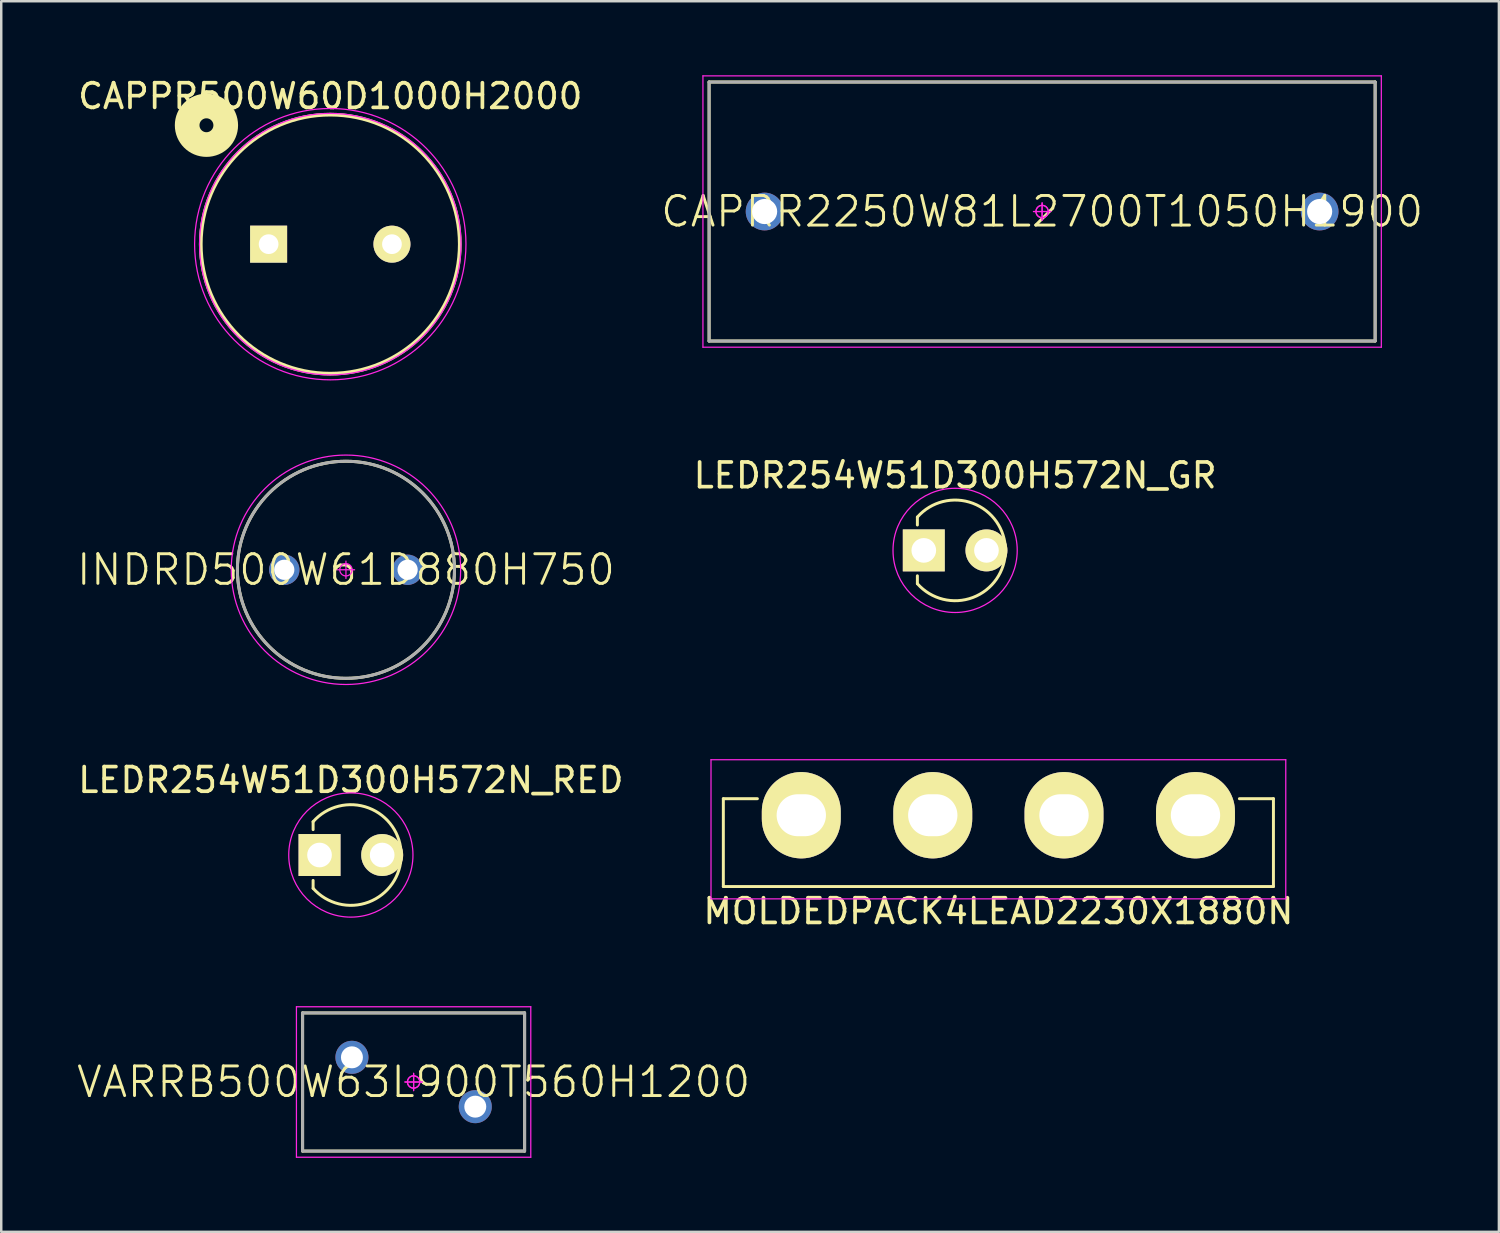
<source format=kicad_pcb>
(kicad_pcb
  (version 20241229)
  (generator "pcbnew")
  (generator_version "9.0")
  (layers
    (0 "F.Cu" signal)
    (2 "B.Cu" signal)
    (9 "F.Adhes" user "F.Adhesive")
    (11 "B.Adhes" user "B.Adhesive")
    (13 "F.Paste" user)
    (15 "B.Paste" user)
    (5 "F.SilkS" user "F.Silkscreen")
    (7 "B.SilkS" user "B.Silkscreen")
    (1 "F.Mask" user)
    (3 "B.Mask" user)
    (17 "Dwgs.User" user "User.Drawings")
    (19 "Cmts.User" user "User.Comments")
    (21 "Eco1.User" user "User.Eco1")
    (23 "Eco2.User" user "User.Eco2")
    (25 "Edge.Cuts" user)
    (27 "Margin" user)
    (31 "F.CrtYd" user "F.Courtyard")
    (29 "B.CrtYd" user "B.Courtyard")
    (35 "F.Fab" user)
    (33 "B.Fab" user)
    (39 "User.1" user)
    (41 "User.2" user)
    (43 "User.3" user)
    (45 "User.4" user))
  (footprint "INDRD500W61D880H750"
    (layer "F.Cu")
    (at 10.974 20.048)
    (property "Reference" "INDRD500W61D880H750" (at 0 0 0) (layer "F.SilkS") (effects (font (size 1.2 1.2) (thickness 0.12))))
    (attr through_hole)
    (fp_circle (center 0 0) (end 0 4.4) (stroke (width 0.12) (type solid)) (fill no) (layer "F.SilkS"))
    (fp_line (start 0 -0.35) (end 0 0.35) (stroke (width 0.05) (type solid)) (layer "F.CrtYd"))
    (fp_line (start 0.35 0) (end -0.35 0) (stroke (width 0.05) (type solid)) (layer "F.CrtYd"))
    (fp_circle (center 0 0) (end 0 0.25) (stroke (width 0.05) (type solid)) (fill no) (layer "F.CrtYd"))
    (fp_circle (center 0 0) (end 0 4.65) (stroke (width 0.05) (type solid)) (fill no) (layer "F.CrtYd"))
    (fp_circle (center 0 0) (end 0 4.4) (stroke (width 0.12) (type solid)) (fill no) (layer "F.Fab"))
    (pad "1" thru_hole circle (at -2.5 0) (size 1.23 1.23) (drill 0.82) (layers "*.Cu" "*.Mask"))
    (pad "2" thru_hole circle (at 2.5 0) (size 1.23 1.23) (drill 0.82) (layers "*.Cu" "*.Mask")))
  (footprint "CAPRR2250W81L2700T1050H1900"
    (layer "F.Cu")
    (at 39.196 5.525)
    (property "Reference" "CAPRR2250W81L2700T1050H1900" (at 0 0 0) (layer "F.SilkS") (effects (font (size 1.2 1.2) (thickness 0.12))))
    (attr through_hole)
    (fp_line (start -13.5 -5.25) (end 13.5 -5.25) (stroke (width 0.12) (type solid)) (layer "F.SilkS"))
    (fp_line (start -13.5 5.25) (end -13.5 -5.25) (stroke (width 0.12) (type solid)) (layer "F.SilkS"))
    (fp_line (start 13.5 -5.25) (end 13.5 5.25) (stroke (width 0.12) (type solid)) (layer "F.SilkS"))
    (fp_line (start 13.5 5.25) (end -13.5 5.25) (stroke (width 0.12) (type solid)) (layer "F.SilkS"))
    (fp_line (start -13.75 -5.5) (end 13.75 -5.5) (stroke (width 0.05) (type solid)) (layer "F.CrtYd"))
    (fp_line (start -13.75 5.5) (end -13.75 -5.5) (stroke (width 0.05) (type solid)) (layer "F.CrtYd"))
    (fp_line (start 0 -0.35) (end 0 0.35) (stroke (width 0.05) (type solid)) (layer "F.CrtYd"))
    (fp_line (start 0 -0.35) (end 0 0.35) (stroke (width 0.05) (type solid)) (layer "F.CrtYd"))
    (fp_line (start 0.35 0) (end -0.35 0) (stroke (width 0.05) (type solid)) (layer "F.CrtYd"))
    (fp_line (start 0.35 0) (end -0.35 0) (stroke (width 0.05) (type solid)) (layer "F.CrtYd"))
    (fp_line (start 13.75 -5.5) (end 13.75 5.5) (stroke (width 0.05) (type solid)) (layer "F.CrtYd"))
    (fp_line (start 13.75 5.5) (end -13.75 5.5) (stroke (width 0.05) (type solid)) (layer "F.CrtYd"))
    (fp_circle (center 0 0) (end 0 0.25) (stroke (width 0.05) (type solid)) (fill no) (layer "F.CrtYd"))
    (fp_circle (center 0 0) (end 0 0.25) (stroke (width 0.05) (type solid)) (fill no) (layer "F.CrtYd"))
    (fp_line (start -13.5 -5.25) (end 13.5 -5.25) (stroke (width 0.12) (type solid)) (layer "F.Fab"))
    (fp_line (start -13.5 5.25) (end -13.5 -5.25) (stroke (width 0.12) (type solid)) (layer "F.Fab"))
    (fp_line (start 13.5 -5.25) (end 13.5 5.25) (stroke (width 0.12) (type solid)) (layer "F.Fab"))
    (fp_line (start 13.5 5.25) (end -13.5 5.25) (stroke (width 0.12) (type solid)) (layer "F.Fab"))
    (pad "1" thru_hole circle (at -11.25 0) (size 1.53 1.53) (drill 1.02) (layers "*.Cu" "*.Mask"))
    (pad "2" thru_hole circle (at 11.25 0) (size 1.53 1.53) (drill 1.02) (layers "*.Cu" "*.Mask")))
  (footprint "MOLDEDPACK4LEAD2230X1880N"
    (layer "F.Cu")
    (at 37.423 29.998)
    (property "Reference" "MOLDEDPACK4LEAD2230X1880N" (at 0 3.89 0) (layer "F.SilkS") (effects (font (size 1 1) (thickness 0.15))))
    (attr through_hole)
    (fp_line (start -11.15 -0.67) (end -9.77 -0.67) (stroke (width 0.12) (type solid)) (layer "F.SilkS"))
    (fp_line (start -11.15 2.89) (end -11.15 -0.67) (stroke (width 0.12) (type solid)) (layer "F.SilkS"))
    (fp_line (start -11.15 2.89) (end 11.15 2.89) (stroke (width 0.12) (type solid)) (layer "F.SilkS"))
    (fp_line (start 9.77 -0.67) (end 11.15 -0.67) (stroke (width 0.12) (type solid)) (layer "F.SilkS"))
    (fp_line (start 11.15 2.89) (end 11.15 -0.67) (stroke (width 0.12) (type solid)) (layer "F.SilkS"))
    (fp_line (start -11.65 -2.25) (end 11.65 -2.25) (stroke (width 0.05) (type solid)) (layer "F.CrtYd"))
    (fp_line (start -11.65 3.39) (end -11.65 -2.25) (stroke (width 0.05) (type solid)) (layer "F.CrtYd"))
    (fp_line (start -11.65 3.39) (end 11.65 3.39) (stroke (width 0.05) (type solid)) (layer "F.CrtYd"))
    (fp_line (start 11.65 3.39) (end 11.65 -2.25) (stroke (width 0.05) (type solid)) (layer "F.CrtYd"))
    (pad "1" thru_hole oval (at -7.99 0) (size 3.2 3.5) (drill oval 2 1.7) (layers "*.Cu" "*.Mask" "F.SilkS"))
    (pad "2" thru_hole oval (at -2.66 0) (size 3.2 3.5) (drill oval 2 1.7) (layers "*.Cu" "*.Mask" "F.SilkS"))
    (pad "3" thru_hole oval (at 2.66 0) (size 3.2 3.5) (drill oval 2 1.7) (layers "*.Cu" "*.Mask" "F.SilkS"))
    (pad "4" thru_hole oval (at 7.99 0) (size 3.2 3.5) (drill oval 2 1.7) (layers "*.Cu" "*.Mask" "F.SilkS")))
  (footprint "CAPPR500W60D1000H2000"
    (layer "F.Cu")
    (at 10.339 6.848)
    (property "Reference" "CAPPR500W60D1000H2000" (at 0 -6 0) (layer "F.SilkS") (effects (font (size 1 1) (thickness 0.15))))
    (attr through_hole)
    (fp_circle (center -5.02 -4.82) (end -4.77 -4.69) (stroke (width 1) (type solid)) (fill no) (layer "F.SilkS"))
    (fp_circle (center 0 0) (end 0 5.25) (stroke (width 0.15) (type solid)) (fill no) (layer "F.SilkS"))
    (fp_circle (center 0 0) (end 0 -5.3) (stroke (width 0.05) (type solid)) (fill no) (layer "F.CrtYd"))
    (fp_circle (center 0 0) (end 5.5 0) (stroke (width 0.05) (type solid)) (fill no) (layer "F.CrtYd"))
    (pad "1" thru_hole rect (at -2.5 0) (size 1.5 1.5) (drill 0.8) (layers "*.Cu" "*.Mask" "F.SilkS"))
    (pad "2" thru_hole circle (at 2.5 0) (size 1.5 1.5) (drill 0.8) (layers "*.Cu" "*.Mask" "F.SilkS")))
  (footprint "LEDR254W51D300H572N_RED"
    (layer "F.Cu")
    (at 11.173 31.611)
    (property "Reference" "LEDR254W51D300H572N_RED" (at 0 -3.04 0) (layer "F.SilkS") (effects (font (size 1 1) (thickness 0.15))))
    (attr through_hole)
    (fp_line (start -1.53 -1.35) (end -1.53 -1.03) (stroke (width 0.12) (type solid)) (layer "F.SilkS"))
    (fp_line (start -1.53 1.03) (end -1.53 1.35) (stroke (width 0.12) (type solid)) (layer "F.SilkS"))
    (fp_arc (start -1.53 -1.35) (mid 2.040441 -0.000938) (end -1.528758 1.351406) (stroke (width 0.12) (type solid)) (layer "F.SilkS"))
    (fp_circle (center 0 0) (end 2.37 0.85) (stroke (width 0.05) (type solid)) (fill no) (layer "F.CrtYd"))
    (pad "1" thru_hole rect (at -1.27 0) (size 1.7 1.7) (drill 1) (layers "*.Cu" "*.Mask" "F.SilkS"))
    (pad "2" thru_hole circle (at 1.27 0) (size 1.7 1.7) (drill 1) (layers "*.Cu" "*.Mask" "F.SilkS")))
  (footprint "VARRB500W63L900T560H1200"
    (layer "F.Cu")
    (at 13.717 40.812)
    (property "Reference" "VARRB500W63L900T560H1200" (at 0 0 0) (layer "F.SilkS") (effects (font (size 1.2 1.2) (thickness 0.12))))
    (attr through_hole)
    (fp_line (start -4.5 -2.8) (end 4.5 -2.8) (stroke (width 0.12) (type solid)) (layer "F.SilkS"))
    (fp_line (start -4.5 2.8) (end -4.5 -2.8) (stroke (width 0.12) (type solid)) (layer "F.SilkS"))
    (fp_line (start 4.5 -2.8) (end 4.5 2.8) (stroke (width 0.12) (type solid)) (layer "F.SilkS"))
    (fp_line (start 4.5 2.8) (end -4.5 2.8) (stroke (width 0.12) (type solid)) (layer "F.SilkS"))
    (fp_line (start -4.75 -3.05) (end 4.75 -3.05) (stroke (width 0.05) (type solid)) (layer "F.CrtYd"))
    (fp_line (start -4.75 3.05) (end -4.75 -3.05) (stroke (width 0.05) (type solid)) (layer "F.CrtYd"))
    (fp_line (start 0 -0.35) (end 0 0.35) (stroke (width 0.05) (type solid)) (layer "F.CrtYd"))
    (fp_line (start 0 -0.35) (end 0 0.35) (stroke (width 0.05) (type solid)) (layer "F.CrtYd"))
    (fp_line (start 0.35 0) (end -0.35 0) (stroke (width 0.05) (type solid)) (layer "F.CrtYd"))
    (fp_line (start 0.35 0) (end -0.35 0) (stroke (width 0.05) (type solid)) (layer "F.CrtYd"))
    (fp_line (start 4.75 -3.05) (end 4.75 3.05) (stroke (width 0.05) (type solid)) (layer "F.CrtYd"))
    (fp_line (start 4.75 3.05) (end -4.75 3.05) (stroke (width 0.05) (type solid)) (layer "F.CrtYd"))
    (fp_circle (center 0 0) (end 0 0.25) (stroke (width 0.05) (type solid)) (fill no) (layer "F.CrtYd"))
    (fp_circle (center 0 0) (end 0 0.25) (stroke (width 0.05) (type solid)) (fill no) (layer "F.CrtYd"))
    (fp_line (start -4.5 -2.8) (end 4.5 -2.8) (stroke (width 0.12) (type solid)) (layer "F.Fab"))
    (fp_line (start -4.5 2.8) (end -4.5 -2.8) (stroke (width 0.12) (type solid)) (layer "F.Fab"))
    (fp_line (start 4.5 -2.8) (end 4.5 2.8) (stroke (width 0.12) (type solid)) (layer "F.Fab"))
    (fp_line (start 4.5 2.8) (end -4.5 2.8) (stroke (width 0.12) (type solid)) (layer "F.Fab"))
    (pad "1" thru_hole circle (at -2.5 -1) (size 1.34 1.34) (drill 0.89) (layers "*.Cu" "*.Mask"))
    (pad "2" thru_hole circle (at 2.5 1) (size 1.34 1.34) (drill 0.89) (layers "*.Cu" "*.Mask")))
  (footprint "LEDR254W51D300H572N_GR"
    (layer "F.Cu")
    (at 35.669 19.262)
    (property "Reference" "LEDR254W51D300H572N_GR" (at 0 -3.04 0) (layer "F.SilkS") (effects (font (size 1 1) (thickness 0.15))))
    (attr through_hole)
    (fp_line (start -1.53 -1.35) (end -1.53 -1.03) (stroke (width 0.12) (type solid)) (layer "F.SilkS"))
    (fp_line (start -1.53 1.03) (end -1.53 1.35) (stroke (width 0.12) (type solid)) (layer "F.SilkS"))
    (fp_arc (start -1.53 -1.35) (mid 2.040441 -0.000938) (end -1.528758 1.351406) (stroke (width 0.12) (type solid)) (layer "F.SilkS"))
    (fp_circle (center 0 0) (end 2.37 0.85) (stroke (width 0.05) (type solid)) (fill no) (layer "F.CrtYd"))
    (pad "1" thru_hole rect (at -1.27 0) (size 1.7 1.7) (drill 1) (layers "*.Cu" "*.Mask" "F.SilkS"))
    (pad "2" thru_hole circle (at 1.27 0) (size 1.7 1.7) (drill 1) (layers "*.Cu" "*.Mask" "F.SilkS")))
  (gr_rect
    (start -3 -3)
    (end 57.713 46.886)
    (stroke (width 0.1) (type default))
    (fill no)
    (layer "Edge.Cuts")))
</source>
